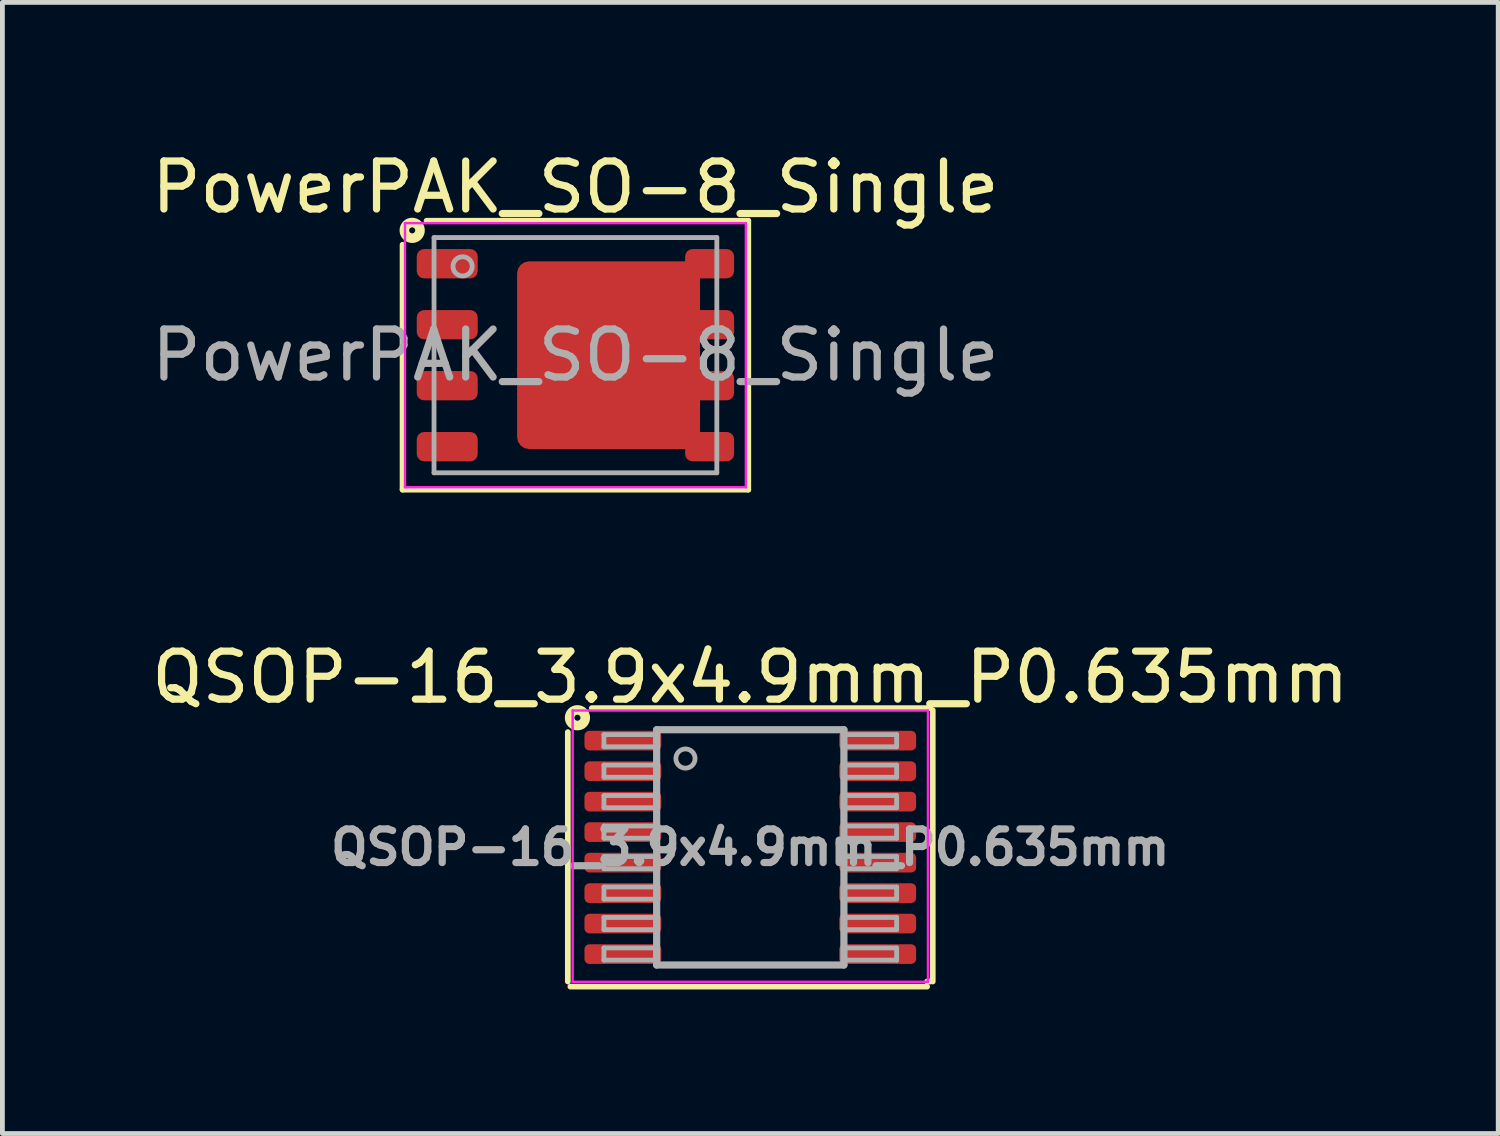
<source format=kicad_pcb>
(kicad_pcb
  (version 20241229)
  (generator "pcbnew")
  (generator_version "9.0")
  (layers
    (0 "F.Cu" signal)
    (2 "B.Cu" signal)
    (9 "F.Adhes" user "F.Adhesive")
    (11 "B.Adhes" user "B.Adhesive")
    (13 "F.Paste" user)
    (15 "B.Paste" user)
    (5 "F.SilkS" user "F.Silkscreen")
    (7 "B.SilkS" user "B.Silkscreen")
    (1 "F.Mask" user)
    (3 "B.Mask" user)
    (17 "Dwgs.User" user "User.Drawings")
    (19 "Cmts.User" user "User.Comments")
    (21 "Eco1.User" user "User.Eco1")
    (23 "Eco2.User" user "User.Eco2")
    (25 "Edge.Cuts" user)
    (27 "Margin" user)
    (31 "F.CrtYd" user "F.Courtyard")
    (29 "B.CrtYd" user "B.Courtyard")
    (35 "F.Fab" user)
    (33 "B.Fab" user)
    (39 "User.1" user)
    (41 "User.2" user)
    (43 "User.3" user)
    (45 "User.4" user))
  (footprint "PowerPAK_SO-8_Single"
    (layer "F.Cu")
    (at 8.935 4.348)
    (property "Reference" "PowerPAK_SO-8_Single" (at 0 -3.5 0) (layer "F.SilkS") (effects (font (size 1 1) (thickness 0.15))))
    (attr smd)
    (fp_line (start -3.6 -2.3) (end -3.6 2.8) (stroke (width 0.12) (type solid)) (layer "F.SilkS"))
    (fp_line (start -3.6 2.8) (end 3.6 2.8) (stroke (width 0.12) (type solid)) (layer "F.SilkS"))
    (fp_line (start 3.6 -2.8) (end -3.1 -2.8) (stroke (width 0.12) (type solid)) (layer "F.SilkS"))
    (fp_line (start 3.6 2.8) (end 3.6 -2.8) (stroke (width 0.12) (type solid)) (layer "F.SilkS"))
    (fp_circle (center -3.4 -2.6) (end -3.337 -2.6) (stroke (width 0.2) (type solid)) (fill no) (layer "F.SilkS"))
    (fp_line (start -3.55 -2.75) (end -3.55 2.75) (stroke (width 0.05) (type solid)) (layer "F.CrtYd"))
    (fp_line (start -3.55 -2.75) (end 3.55 -2.75) (stroke (width 0.05) (type solid)) (layer "F.CrtYd"))
    (fp_line (start -3.55 2.75) (end 3.55 2.75) (stroke (width 0.05) (type solid)) (layer "F.CrtYd"))
    (fp_line (start 3.55 -2.75) (end 3.55 2.75) (stroke (width 0.05) (type solid)) (layer "F.CrtYd"))
    (fp_line (start -2.945 -2.45) (end 2.945 -2.45) (stroke (width 0.1) (type solid)) (layer "F.Fab"))
    (fp_line (start -2.945 2.45) (end -2.945 -2.45) (stroke (width 0.1) (type solid)) (layer "F.Fab"))
    (fp_line (start 2.945 -2.45) (end 2.945 2.45) (stroke (width 0.1) (type solid)) (layer "F.Fab"))
    (fp_line (start 2.945 2.45) (end -2.945 2.45) (stroke (width 0.1) (type solid)) (layer "F.Fab"))
    (fp_circle (center -2.35 -1.85) (end -2.15 -1.85) (stroke (width 0.1) (type solid)) (fill no) (layer "F.Fab"))
    (fp_text user "${REFERENCE}" (at 0 0 0) (layer "F.Fab") (effects (font (size 1 1) (thickness 0.15))))
    (pad "" smd roundrect (at -0.3 -0.9) (size 1.3 1.5) (layers "F.Paste") (roundrect_rratio 0.25))
    (pad "" smd roundrect (at -0.3 0.9) (size 1.3 1.5) (layers "F.Paste") (roundrect_rratio 0.25))
    (pad "" smd roundrect (at 1.3 -0.9) (size 1.3 1.5) (layers "F.Paste") (roundrect_rratio 0.25))
    (pad "" smd roundrect (at 1.3 0.9) (size 1.3 1.5) (layers "F.Paste") (roundrect_rratio 0.25))
    (pad "1" smd roundrect (at -2.67 -1.905) (size 1.27 0.61) (layers "F.Cu" "F.Mask" "F.Paste") (roundrect_rratio 0.25))
    (pad "2" smd roundrect (at -2.67 -0.635) (size 1.27 0.61) (layers "F.Cu" "F.Mask" "F.Paste") (roundrect_rratio 0.25))
    (pad "3" smd roundrect (at -2.67 0.635) (size 1.27 0.61) (layers "F.Cu" "F.Mask" "F.Paste") (roundrect_rratio 0.25))
    (pad "4" smd roundrect (at -2.67 1.905) (size 1.27 0.61) (layers "F.Cu" "F.Mask" "F.Paste") (roundrect_rratio 0.25))
    (pad "5" smd roundrect (at 0.69 0) (size 3.81 3.91) (layers "F.Cu" "F.Mask") (roundrect_rratio 0.066))
    (pad "5" smd roundrect (at 2.795 -1.905) (size 1.02 0.61) (layers "F.Cu" "F.Mask" "F.Paste") (roundrect_rratio 0.25))
    (pad "5" smd roundrect (at 2.795 -0.635) (size 1.02 0.61) (layers "F.Cu" "F.Mask" "F.Paste") (roundrect_rratio 0.25))
    (pad "5" smd roundrect (at 2.795 0.635) (size 1.02 0.61) (layers "F.Cu" "F.Mask" "F.Paste") (roundrect_rratio 0.25))
    (pad "5" smd roundrect (at 2.795 1.905) (size 1.02 0.61) (layers "F.Cu" "F.Mask" "F.Paste") (roundrect_rratio 0.25)))
  (footprint "QSOP-16_3.9x4.9mm_P0.635mm"
    (layer "F.Cu")
    (at 12.577 14.599)
    (property "Reference" "QSOP-16_3.9x4.9mm_P0.635mm" (at 0 -3.542 0) (layer "F.SilkS") (effects (font (size 1 1) (thickness 0.15))))
    (attr smd)
    (fp_line (start -3.8 -2.4) (end -3.8 2.794) (stroke (width 0.12) (type solid)) (layer "F.SilkS"))
    (fp_line (start -3.747 2.9) (end 3.683 2.9) (stroke (width 0.12) (type solid)) (layer "F.SilkS"))
    (fp_line (start 3.683 2.794) (end 3.747 2.794) (stroke (width 0.12) (type solid)) (layer "F.SilkS"))
    (fp_line (start 3.747 -2.9) (end -3.3 -2.9) (stroke (width 0.12) (type solid)) (layer "F.SilkS"))
    (fp_line (start 3.8 2.794) (end 3.8 -2.857) (stroke (width 0.12) (type solid)) (layer "F.SilkS"))
    (fp_circle (center -3.6 -2.7) (end -3.537 -2.7) (stroke (width 0.2) (type solid)) (fill no) (layer "F.SilkS"))
    (fp_line (start -3.7 -2.85) (end -3.7 2.8) (stroke (width 0.05) (type solid)) (layer "F.CrtYd"))
    (fp_line (start -3.7 -2.85) (end 3.7 -2.85) (stroke (width 0.05) (type solid)) (layer "F.CrtYd"))
    (fp_line (start -3.7 2.8) (end 3.7 2.8) (stroke (width 0.05) (type solid)) (layer "F.CrtYd"))
    (fp_line (start 3.7 -2.85) (end 3.7 2.8) (stroke (width 0.05) (type solid)) (layer "F.CrtYd"))
    (fp_line (start -3.048 -2.349) (end -3.048 -2.095) (stroke (width 0.1) (type solid)) (layer "F.Fab"))
    (fp_line (start -3.048 -2.349) (end -1.968 -2.349) (stroke (width 0.1) (type solid)) (layer "F.Fab"))
    (fp_line (start -3.048 -2.095) (end -1.968 -2.095) (stroke (width 0.1) (type solid)) (layer "F.Fab"))
    (fp_line (start -3.048 -1.714) (end -3.048 -1.46) (stroke (width 0.1) (type solid)) (layer "F.Fab"))
    (fp_line (start -3.048 -1.714) (end -1.968 -1.714) (stroke (width 0.1) (type solid)) (layer "F.Fab"))
    (fp_line (start -3.048 -1.46) (end -1.968 -1.46) (stroke (width 0.1) (type solid)) (layer "F.Fab"))
    (fp_line (start -3.048 -1.079) (end -3.048 -0.826) (stroke (width 0.1) (type solid)) (layer "F.Fab"))
    (fp_line (start -3.048 -1.079) (end -1.968 -1.079) (stroke (width 0.1) (type solid)) (layer "F.Fab"))
    (fp_line (start -3.048 -0.826) (end -1.968 -0.826) (stroke (width 0.1) (type solid)) (layer "F.Fab"))
    (fp_line (start -3.048 -0.445) (end -3.048 -0.191) (stroke (width 0.1) (type solid)) (layer "F.Fab"))
    (fp_line (start -3.048 -0.445) (end -1.968 -0.445) (stroke (width 0.1) (type solid)) (layer "F.Fab"))
    (fp_line (start -3.048 -0.191) (end -1.968 -0.191) (stroke (width 0.1) (type solid)) (layer "F.Fab"))
    (fp_line (start -3.048 0.191) (end -3.048 0.445) (stroke (width 0.1) (type solid)) (layer "F.Fab"))
    (fp_line (start -3.048 0.191) (end -1.968 0.191) (stroke (width 0.1) (type solid)) (layer "F.Fab"))
    (fp_line (start -3.048 0.445) (end -1.968 0.445) (stroke (width 0.1) (type solid)) (layer "F.Fab"))
    (fp_line (start -3.048 0.826) (end -3.048 1.079) (stroke (width 0.1) (type solid)) (layer "F.Fab"))
    (fp_line (start -3.048 0.826) (end -1.968 0.826) (stroke (width 0.1) (type solid)) (layer "F.Fab"))
    (fp_line (start -3.048 1.079) (end -1.968 1.079) (stroke (width 0.1) (type solid)) (layer "F.Fab"))
    (fp_line (start -3.048 1.46) (end -3.048 1.714) (stroke (width 0.1) (type solid)) (layer "F.Fab"))
    (fp_line (start -3.048 1.46) (end -1.968 1.46) (stroke (width 0.1) (type solid)) (layer "F.Fab"))
    (fp_line (start -3.048 1.714) (end -1.968 1.714) (stroke (width 0.1) (type solid)) (layer "F.Fab"))
    (fp_line (start -3.048 2.095) (end -3.048 2.349) (stroke (width 0.1) (type solid)) (layer "F.Fab"))
    (fp_line (start -3.048 2.095) (end -1.968 2.095) (stroke (width 0.1) (type solid)) (layer "F.Fab"))
    (fp_line (start -3.048 2.349) (end -1.968 2.349) (stroke (width 0.1) (type solid)) (layer "F.Fab"))
    (fp_line (start -1.95 -2.45) (end 1.95 -2.45) (stroke (width 0.15) (type solid)) (layer "F.Fab"))
    (fp_line (start -1.95 2.45) (end -1.95 -2.45) (stroke (width 0.15) (type solid)) (layer "F.Fab"))
    (fp_line (start 1.95 -2.45) (end 1.95 2.45) (stroke (width 0.15) (type solid)) (layer "F.Fab"))
    (fp_line (start 1.95 2.45) (end -1.95 2.45) (stroke (width 0.15) (type solid)) (layer "F.Fab"))
    (fp_line (start 3.048 -2.349) (end 1.968 -2.349) (stroke (width 0.1) (type solid)) (layer "F.Fab"))
    (fp_line (start 3.048 -2.095) (end 1.968 -2.095) (stroke (width 0.1) (type solid)) (layer "F.Fab"))
    (fp_line (start 3.048 -2.095) (end 3.048 -2.349) (stroke (width 0.1) (type solid)) (layer "F.Fab"))
    (fp_line (start 3.048 -1.714) (end 1.968 -1.714) (stroke (width 0.1) (type solid)) (layer "F.Fab"))
    (fp_line (start 3.048 -1.46) (end 1.968 -1.46) (stroke (width 0.1) (type solid)) (layer "F.Fab"))
    (fp_line (start 3.048 -1.46) (end 3.048 -1.714) (stroke (width 0.1) (type solid)) (layer "F.Fab"))
    (fp_line (start 3.048 -1.079) (end 1.968 -1.079) (stroke (width 0.1) (type solid)) (layer "F.Fab"))
    (fp_line (start 3.048 -0.826) (end 1.968 -0.826) (stroke (width 0.1) (type solid)) (layer "F.Fab"))
    (fp_line (start 3.048 -0.826) (end 3.048 -1.079) (stroke (width 0.1) (type solid)) (layer "F.Fab"))
    (fp_line (start 3.048 -0.445) (end 1.968 -0.445) (stroke (width 0.1) (type solid)) (layer "F.Fab"))
    (fp_line (start 3.048 -0.191) (end 1.968 -0.191) (stroke (width 0.1) (type solid)) (layer "F.Fab"))
    (fp_line (start 3.048 -0.191) (end 3.048 -0.445) (stroke (width 0.1) (type solid)) (layer "F.Fab"))
    (fp_line (start 3.048 0.191) (end 1.968 0.191) (stroke (width 0.1) (type solid)) (layer "F.Fab"))
    (fp_line (start 3.048 0.445) (end 1.968 0.445) (stroke (width 0.1) (type solid)) (layer "F.Fab"))
    (fp_line (start 3.048 0.445) (end 3.048 0.191) (stroke (width 0.1) (type solid)) (layer "F.Fab"))
    (fp_line (start 3.048 0.826) (end 1.968 0.826) (stroke (width 0.1) (type solid)) (layer "F.Fab"))
    (fp_line (start 3.048 1.079) (end 1.968 1.079) (stroke (width 0.1) (type solid)) (layer "F.Fab"))
    (fp_line (start 3.048 1.079) (end 3.048 0.826) (stroke (width 0.1) (type solid)) (layer "F.Fab"))
    (fp_line (start 3.048 1.46) (end 1.968 1.46) (stroke (width 0.1) (type solid)) (layer "F.Fab"))
    (fp_line (start 3.048 1.714) (end 1.968 1.714) (stroke (width 0.1) (type solid)) (layer "F.Fab"))
    (fp_line (start 3.048 1.714) (end 3.048 1.46) (stroke (width 0.1) (type solid)) (layer "F.Fab"))
    (fp_line (start 3.048 2.095) (end 1.968 2.095) (stroke (width 0.1) (type solid)) (layer "F.Fab"))
    (fp_line (start 3.048 2.349) (end 1.968 2.349) (stroke (width 0.1) (type solid)) (layer "F.Fab"))
    (fp_line (start 3.048 2.349) (end 3.048 2.095) (stroke (width 0.1) (type solid)) (layer "F.Fab"))
    (fp_circle (center -1.35 -1.85) (end -1.15 -1.85) (stroke (width 0.1) (type solid)) (fill no) (layer "F.Fab"))
    (fp_text user "${REFERENCE}" (at 0 0 0) (layer "F.Fab") (effects (font (size 0.7 0.7) (thickness 0.15))))
    (pad "1" smd roundrect (at -2.654 -2.223) (size 1.6 0.41) (layers "F.Cu" "F.Mask" "F.Paste") (roundrect_rratio 0.25))
    (pad "2" smd roundrect (at -2.654 -1.587) (size 1.6 0.41) (layers "F.Cu" "F.Mask" "F.Paste") (roundrect_rratio 0.25))
    (pad "3" smd roundrect (at -2.654 -0.953) (size 1.6 0.41) (layers "F.Cu" "F.Mask" "F.Paste") (roundrect_rratio 0.25))
    (pad "4" smd roundrect (at -2.654 -0.318) (size 1.6 0.41) (layers "F.Cu" "F.Mask" "F.Paste") (roundrect_rratio 0.25))
    (pad "5" smd roundrect (at -2.654 0.318) (size 1.6 0.41) (layers "F.Cu" "F.Mask" "F.Paste") (roundrect_rratio 0.25))
    (pad "6" smd roundrect (at -2.654 0.953) (size 1.6 0.41) (layers "F.Cu" "F.Mask" "F.Paste") (roundrect_rratio 0.25))
    (pad "7" smd roundrect (at -2.654 1.587) (size 1.6 0.41) (layers "F.Cu" "F.Mask" "F.Paste") (roundrect_rratio 0.25))
    (pad "8" smd roundrect (at -2.654 2.223) (size 1.6 0.41) (layers "F.Cu" "F.Mask" "F.Paste") (roundrect_rratio 0.25))
    (pad "9" smd roundrect (at 2.654 2.223) (size 1.6 0.41) (layers "F.Cu" "F.Mask" "F.Paste") (roundrect_rratio 0.25))
    (pad "10" smd roundrect (at 2.654 1.587) (size 1.6 0.41) (layers "F.Cu" "F.Mask" "F.Paste") (roundrect_rratio 0.25))
    (pad "11" smd roundrect (at 2.654 0.953) (size 1.6 0.41) (layers "F.Cu" "F.Mask" "F.Paste") (roundrect_rratio 0.25))
    (pad "12" smd roundrect (at 2.654 0.318) (size 1.6 0.41) (layers "F.Cu" "F.Mask" "F.Paste") (roundrect_rratio 0.25))
    (pad "13" smd roundrect (at 2.654 -0.318) (size 1.6 0.41) (layers "F.Cu" "F.Mask" "F.Paste") (roundrect_rratio 0.25))
    (pad "14" smd roundrect (at 2.654 -0.953) (size 1.6 0.41) (layers "F.Cu" "F.Mask" "F.Paste") (roundrect_rratio 0.25))
    (pad "15" smd roundrect (at 2.654 -1.587) (size 1.6 0.41) (layers "F.Cu" "F.Mask" "F.Paste") (roundrect_rratio 0.25))
    (pad "16" smd roundrect (at 2.654 -2.223) (size 1.6 0.41) (layers "F.Cu" "F.Mask" "F.Paste") (roundrect_rratio 0.25)))
  (gr_rect
    (start -3 -3)
    (end 28.155 20.559)
    (stroke (width 0.1) (type default))
    (fill no)
    (layer "Edge.Cuts")))
</source>
